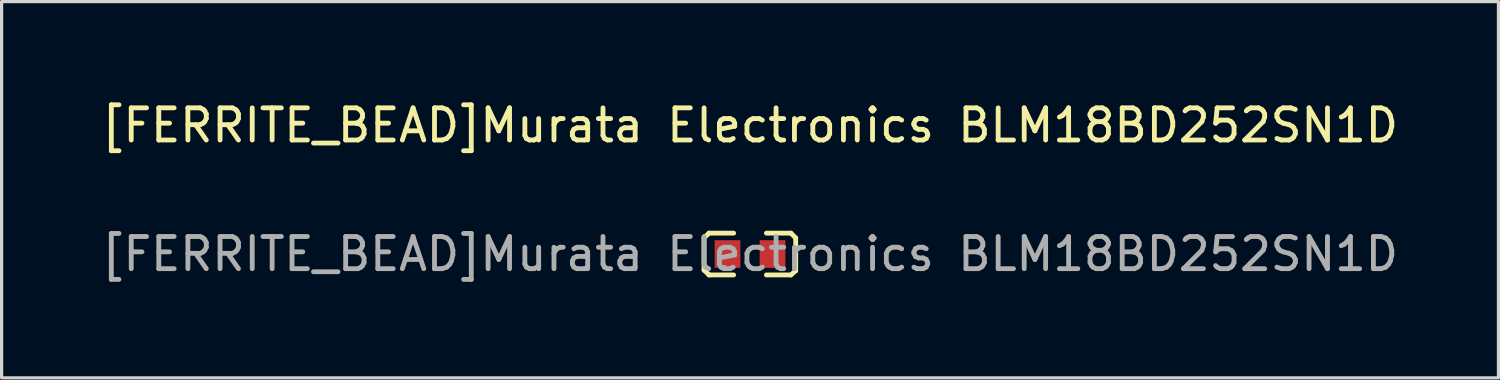
<source format=kicad_pcb>
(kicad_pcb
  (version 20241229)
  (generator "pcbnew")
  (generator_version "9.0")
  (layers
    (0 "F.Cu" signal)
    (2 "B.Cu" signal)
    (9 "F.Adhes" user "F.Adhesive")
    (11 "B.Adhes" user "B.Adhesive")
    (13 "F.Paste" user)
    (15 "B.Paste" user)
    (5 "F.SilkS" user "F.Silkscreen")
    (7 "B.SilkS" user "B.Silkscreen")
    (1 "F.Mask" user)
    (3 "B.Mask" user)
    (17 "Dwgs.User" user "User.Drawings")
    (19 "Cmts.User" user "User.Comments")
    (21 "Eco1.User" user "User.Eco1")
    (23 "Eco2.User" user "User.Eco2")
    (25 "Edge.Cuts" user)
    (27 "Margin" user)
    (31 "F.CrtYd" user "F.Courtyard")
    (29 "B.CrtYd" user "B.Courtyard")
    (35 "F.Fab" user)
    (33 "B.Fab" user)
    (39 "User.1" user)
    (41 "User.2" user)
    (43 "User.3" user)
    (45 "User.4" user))
  (footprint "[FERRITE_BEAD]Murata Electronics BLM18BD252SN1D"
    (layer "F.Cu")
    (at 20.268 4.848)
    (property "Reference" "[FERRITE_BEAD]Murata Electronics BLM18BD252SN1D" (at 0 -4 0) (layer "F.SilkS") (effects (font (size 1 1) (thickness 0.15))))
    (attr smd)
    (fp_line (start -1.43 -0.51) (end -1.27 -0.65) (stroke (width 0.15) (type solid)) (layer "F.SilkS"))
    (fp_line (start -1.43 0.5) (end -1.43 -0.51) (stroke (width 0.15) (type solid)) (layer "F.SilkS"))
    (fp_line (start -1.28 -0.65) (end -0.51 -0.65) (stroke (width 0.15) (type solid)) (layer "F.SilkS"))
    (fp_line (start -1.28 0.65) (end -0.51 0.65) (stroke (width 0.15) (type solid)) (layer "F.SilkS"))
    (fp_line (start -1.27 0.65) (end -1.43 0.5) (stroke (width 0.15) (type solid)) (layer "F.SilkS"))
    (fp_line (start 1.27 -0.65) (end 0.51 -0.65) (stroke (width 0.15) (type solid)) (layer "F.SilkS"))
    (fp_line (start 1.27 -0.65) (end 1.42 -0.5) (stroke (width 0.15) (type solid)) (layer "F.SilkS"))
    (fp_line (start 1.27 0.65) (end 0.51 0.65) (stroke (width 0.15) (type solid)) (layer "F.SilkS"))
    (fp_line (start 1.42 -0.5) (end 1.42 0.52) (stroke (width 0.15) (type solid)) (layer "F.SilkS"))
    (fp_line (start 1.42 0.52) (end 1.27 0.65) (stroke (width 0.15) (type solid)) (layer "F.SilkS"))
    (fp_circle (center -0.8 0.4) (end -0.77 0.4) (stroke (width 0.06) (type solid)) (fill no) (layer "F.Fab"))
    (fp_text user "${REFERENCE}" (at 0 0 0) (layer "F.Fab") (effects (font (size 1 1) (thickness 0.15))))
    (pad "1" smd rect (at -0.7 0 180) (size 0.8 0.86) (layers "F.Cu" "F.Mask" "F.Paste"))
    (pad "2" smd rect (at 0.7 0 180) (size 0.8 0.86) (layers "F.Cu" "F.Mask" "F.Paste")))
  (gr_rect
    (start -3 -3)
    (end 43.536 8.697)
    (stroke (width 0.1) (type default))
    (fill no)
    (layer "Edge.Cuts")))
</source>
